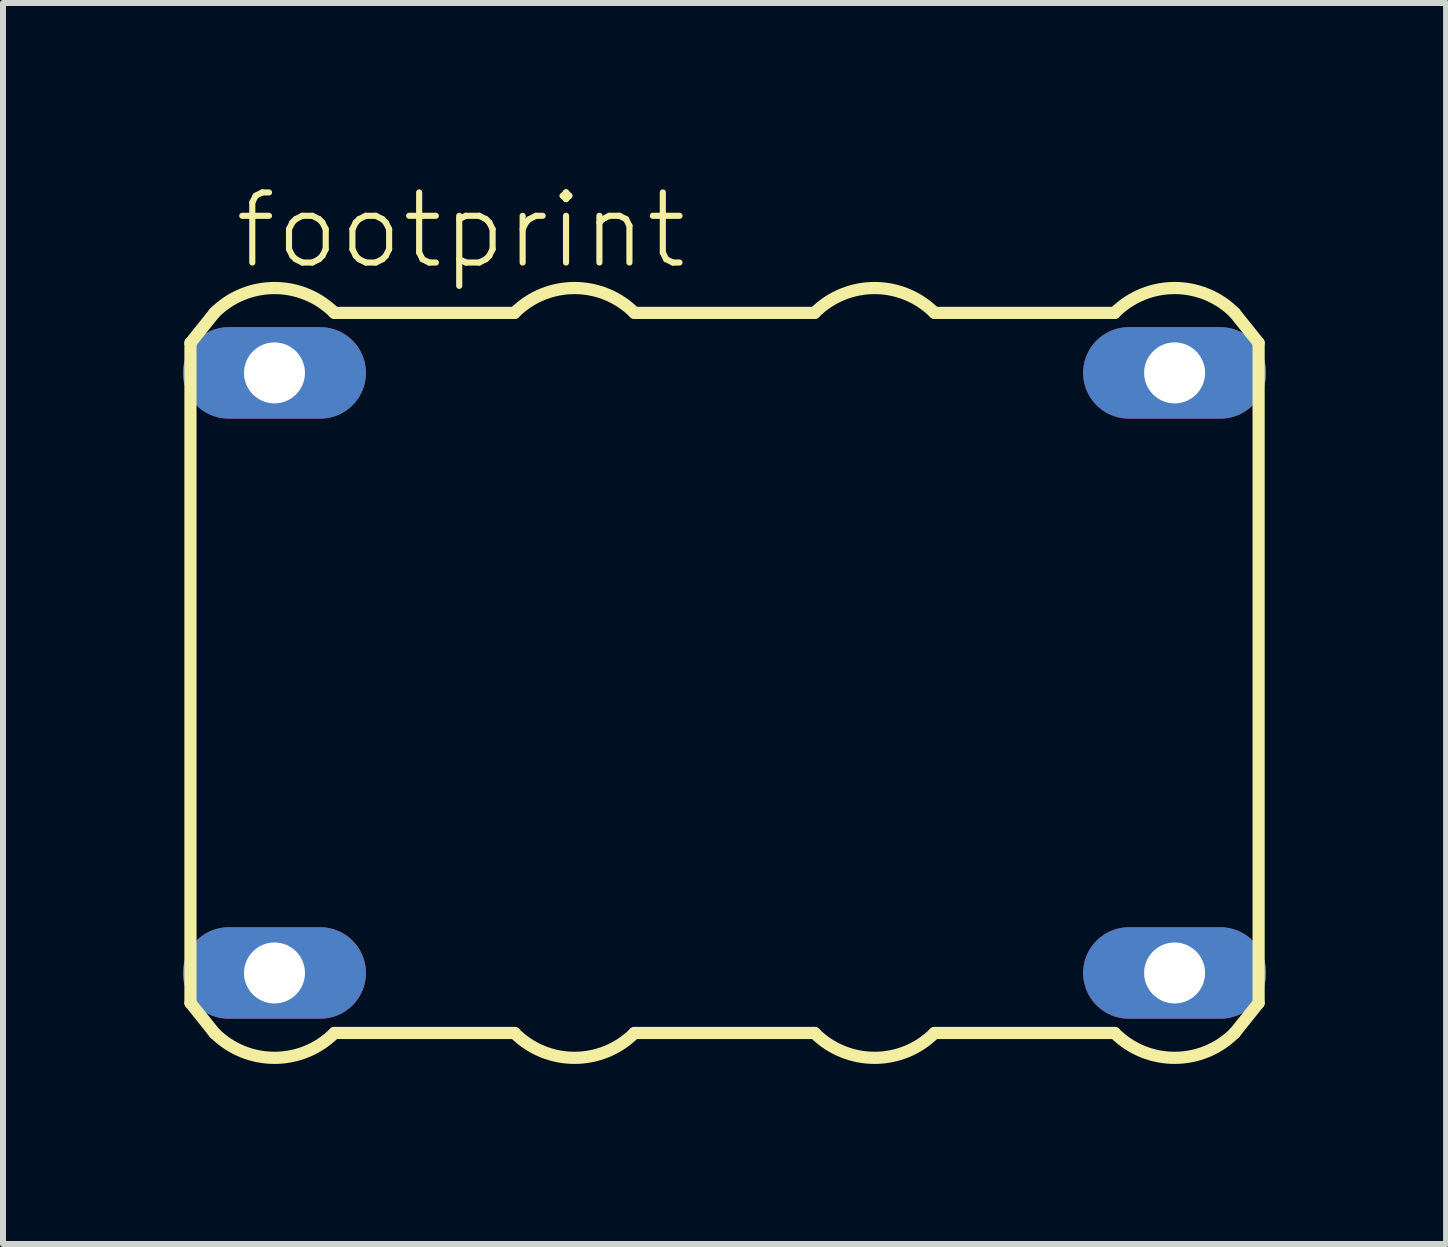
<source format=kicad_pcb>
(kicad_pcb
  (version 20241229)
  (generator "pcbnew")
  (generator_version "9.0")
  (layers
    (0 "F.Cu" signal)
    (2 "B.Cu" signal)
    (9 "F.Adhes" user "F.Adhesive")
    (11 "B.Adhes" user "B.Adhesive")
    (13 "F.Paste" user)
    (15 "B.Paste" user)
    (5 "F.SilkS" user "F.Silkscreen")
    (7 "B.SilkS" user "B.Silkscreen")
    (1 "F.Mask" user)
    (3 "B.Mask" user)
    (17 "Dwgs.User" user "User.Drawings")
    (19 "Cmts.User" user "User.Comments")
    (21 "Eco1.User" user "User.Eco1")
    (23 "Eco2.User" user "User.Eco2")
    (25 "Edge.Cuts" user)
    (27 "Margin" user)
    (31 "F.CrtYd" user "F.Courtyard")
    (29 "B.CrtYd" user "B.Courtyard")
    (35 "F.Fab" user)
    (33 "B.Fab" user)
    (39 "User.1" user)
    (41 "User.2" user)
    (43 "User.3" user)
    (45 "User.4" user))
  (footprint "footprint"
    (layer "F.Cu")
    (at 9.024 8.164)
    (property "Reference" "footprint" (at -8.215 -6.691 0) (layer "F.SilkS") (effects (font (size 1.168 1.168) (thickness 0.102)) (justify left bottom)))
    (fp_line (start -8.9 -5.5) (end -8.9 5.5) (stroke (width 0.203) (type solid)) (layer "F.SilkS"))
    (fp_line (start -8.9 5.5) (end -8.5 6) (stroke (width 0.203) (type solid)) (layer "F.SilkS"))
    (fp_line (start -8.5 -6) (end -8.9 -5.5) (stroke (width 0.203) (type solid)) (layer "F.SilkS"))
    (fp_line (start -6.5 -6) (end -3.5 -6) (stroke (width 0.203) (type solid)) (layer "F.SilkS"))
    (fp_line (start -3.5 6) (end -6.5 6) (stroke (width 0.203) (type solid)) (layer "F.SilkS"))
    (fp_line (start -1.5 -6) (end 1.5 -6) (stroke (width 0.203) (type solid)) (layer "F.SilkS"))
    (fp_line (start 1.5 6) (end -1.5 6) (stroke (width 0.203) (type solid)) (layer "F.SilkS"))
    (fp_line (start 3.5 -6) (end 6.5 -6) (stroke (width 0.203) (type solid)) (layer "F.SilkS"))
    (fp_line (start 6.5 6) (end 3.5 6) (stroke (width 0.203) (type solid)) (layer "F.SilkS"))
    (fp_line (start 8.5 6) (end 8.9 5.5) (stroke (width 0.203) (type solid)) (layer "F.SilkS"))
    (fp_line (start 8.9 -5.5) (end 8.5 -6) (stroke (width 0.203) (type solid)) (layer "F.SilkS"))
    (fp_line (start 8.9 5.5) (end 8.9 -5.5) (stroke (width 0.203) (type solid)) (layer "F.SilkS"))
    (fp_arc (start -8.5 -6) (mid -7.5 -6.414214) (end -6.5 -6) (stroke (width 0.2032) (type solid)) (layer "F.SilkS"))
    (fp_arc (start -6.5 6) (mid -7.5 6.414214) (end -8.5 6) (stroke (width 0.2032) (type solid)) (layer "F.SilkS"))
    (fp_arc (start -3.5 -6) (mid -2.5 -6.414214) (end -1.5 -6) (stroke (width 0.2032) (type solid)) (layer "F.SilkS"))
    (fp_arc (start -1.5 6) (mid -2.5 6.414214) (end -3.5 6) (stroke (width 0.2032) (type solid)) (layer "F.SilkS"))
    (fp_arc (start 1.5 -6) (mid 2.5 -6.414214) (end 3.5 -6) (stroke (width 0.2032) (type solid)) (layer "F.SilkS"))
    (fp_arc (start 3.5 6) (mid 2.5 6.414214) (end 1.5 6) (stroke (width 0.2032) (type solid)) (layer "F.SilkS"))
    (fp_arc (start 6.5 -6) (mid 7.5 -6.414214) (end 8.5 -6) (stroke (width 0.2032) (type solid)) (layer "F.SilkS"))
    (fp_arc (start 8.5 6) (mid 7.5 6.414214) (end 6.5 6) (stroke (width 0.2032) (type solid)) (layer "F.SilkS"))
    (pad "1" thru_hole oval (at -7.5 -5) (size 3.048 1.524) (drill 1.016) (layers "*.Cu" "*.Mask"))
    (pad "2" thru_hole oval (at -7.5 5) (size 3.048 1.524) (drill 1.016) (layers "*.Cu" "*.Mask"))
    (pad "3" thru_hole oval (at 7.5 5) (size 3.048 1.524) (drill 1.016) (layers "*.Cu" "*.Mask"))
    (pad "4" thru_hole oval (at 7.5 -5) (size 3.048 1.524) (drill 1.016) (layers "*.Cu" "*.Mask")))
  (gr_rect
    (start -3 -3)
    (end 21.048 17.68)
    (stroke (width 0.1) (type default))
    (fill no)
    (layer "Edge.Cuts")))
</source>
